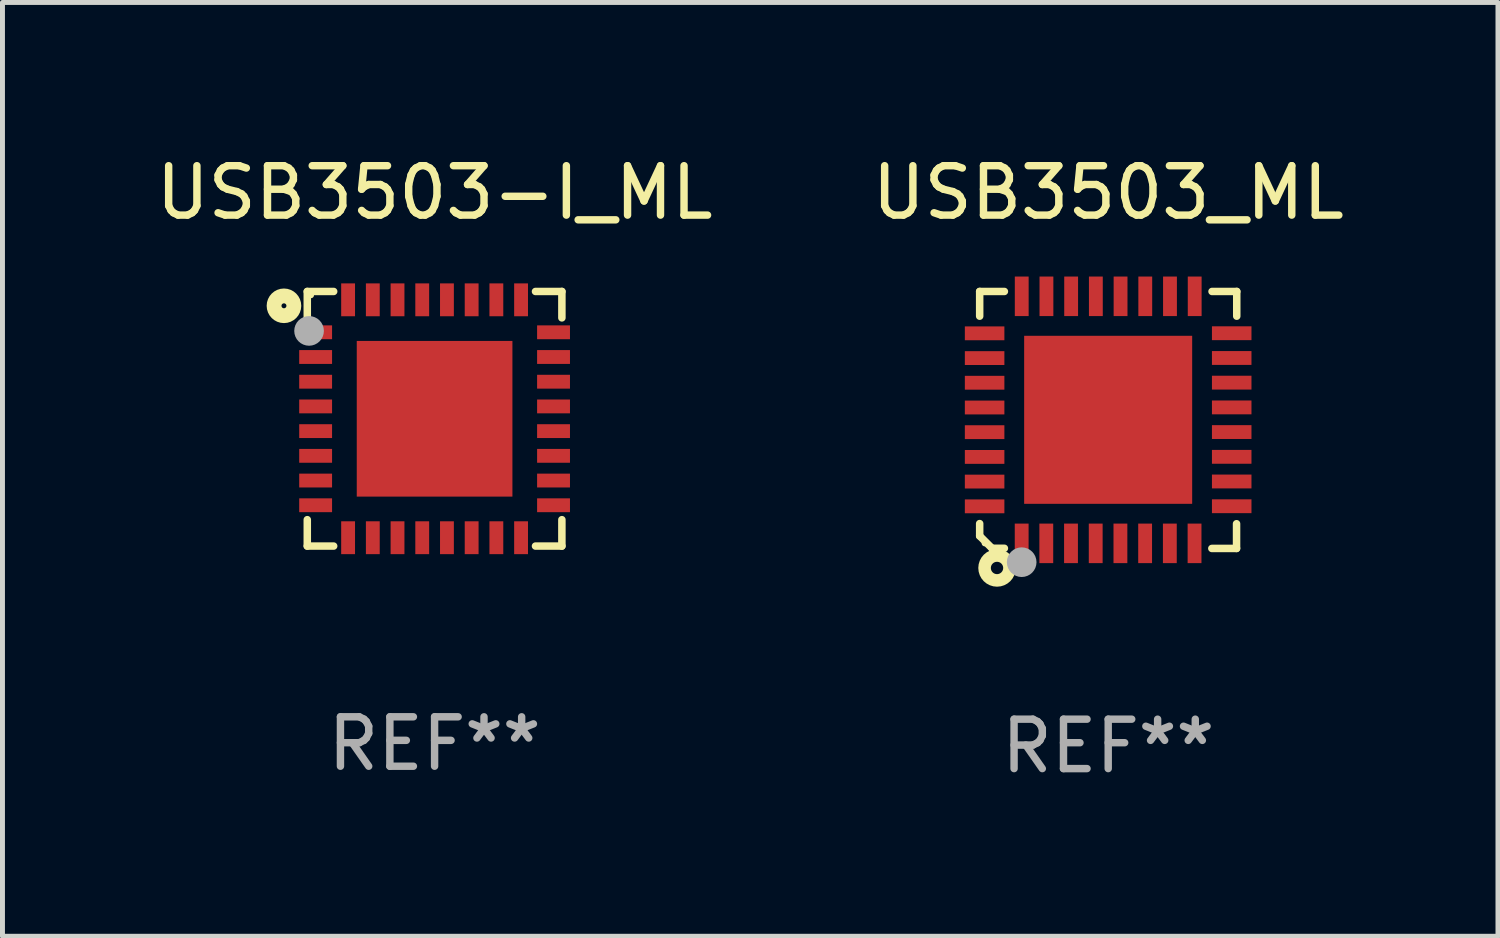
<source format=kicad_pcb>
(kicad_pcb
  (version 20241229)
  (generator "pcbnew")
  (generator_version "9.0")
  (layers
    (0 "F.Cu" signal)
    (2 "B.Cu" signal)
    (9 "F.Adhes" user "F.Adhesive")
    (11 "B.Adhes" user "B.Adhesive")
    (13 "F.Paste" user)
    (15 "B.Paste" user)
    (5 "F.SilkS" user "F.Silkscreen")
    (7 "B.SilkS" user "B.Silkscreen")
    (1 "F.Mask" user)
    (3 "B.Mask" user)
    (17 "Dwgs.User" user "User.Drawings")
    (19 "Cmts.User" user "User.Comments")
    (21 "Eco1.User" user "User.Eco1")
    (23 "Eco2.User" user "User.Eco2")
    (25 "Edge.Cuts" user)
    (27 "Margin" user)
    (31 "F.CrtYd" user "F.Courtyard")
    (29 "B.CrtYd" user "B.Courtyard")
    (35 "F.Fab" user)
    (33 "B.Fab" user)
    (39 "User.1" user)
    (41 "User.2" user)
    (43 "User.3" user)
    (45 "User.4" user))
  (footprint "USB3503-I_ML"
    (layer "F.Cu")
    (at 5.744 5.424)
    (property "Reference" "USB3503-I_ML" (at 0 -4.576 0) (layer "F.SilkS") (effects (font (size 1 1) (thickness 0.15))))
    (attr through_hole)
    (fp_line (start -2.576 -2.576) (end -2.042 -2.576) (stroke (width 0.152) (type solid)) (layer "F.SilkS"))
    (fp_line (start -2.576 -2.042) (end -2.576 -2.576) (stroke (width 0.152) (type solid)) (layer "F.SilkS"))
    (fp_line (start -2.576 2.042) (end -2.576 2.576) (stroke (width 0.152) (type solid)) (layer "F.SilkS"))
    (fp_line (start -2.576 2.576) (end -2.042 2.576) (stroke (width 0.152) (type solid)) (layer "F.SilkS"))
    (fp_line (start 2.576 -2.576) (end 2.042 -2.576) (stroke (width 0.152) (type solid)) (layer "F.SilkS"))
    (fp_line (start 2.576 -2.042) (end 2.576 -2.576) (stroke (width 0.152) (type solid)) (layer "F.SilkS"))
    (fp_line (start 2.576 2.042) (end 2.576 2.576) (stroke (width 0.152) (type solid)) (layer "F.SilkS"))
    (fp_line (start 2.576 2.576) (end 2.042 2.576) (stroke (width 0.152) (type solid)) (layer "F.SilkS"))
    (fp_circle (center -3.048 -2.286) (end -2.848 -2.286) (stroke (width 0.3) (type solid)) (fill no) (layer "F.SilkS"))
    (fp_circle (center -2.5 -2.5) (end -2.47 -2.5) (stroke (width 0.06) (type solid)) (fill no) (layer "F.SilkS"))
    (fp_circle (center -2.54 -1.778) (end -2.39 -1.778) (stroke (width 0.3) (type solid)) (fill no) (layer "F.Fab"))
    (fp_text user "REF**" (at 0 6.576 0) (layer "F.Fab") (effects (font (size 1 1) (thickness 0.15))))
    (pad "1" smd rect (at -2.407 -1.75) (size 0.665 0.28) (layers "F.Cu" "F.Mask" "F.Paste"))
    (pad "2" smd rect (at -2.407 -1.25) (size 0.665 0.28) (layers "F.Cu" "F.Mask" "F.Paste"))
    (pad "3" smd rect (at -2.407 -0.75) (size 0.665 0.28) (layers "F.Cu" "F.Mask" "F.Paste"))
    (pad "4" smd rect (at -2.407 -0.25) (size 0.665 0.28) (layers "F.Cu" "F.Mask" "F.Paste"))
    (pad "5" smd rect (at -2.407 0.25) (size 0.665 0.28) (layers "F.Cu" "F.Mask" "F.Paste"))
    (pad "6" smd rect (at -2.407 0.75) (size 0.665 0.28) (layers "F.Cu" "F.Mask" "F.Paste"))
    (pad "7" smd rect (at -2.407 1.25) (size 0.665 0.28) (layers "F.Cu" "F.Mask" "F.Paste"))
    (pad "8" smd rect (at -2.407 1.75) (size 0.665 0.28) (layers "F.Cu" "F.Mask" "F.Paste"))
    (pad "9" smd rect (at -1.75 2.407) (size 0.28 0.665) (layers "F.Cu" "F.Mask" "F.Paste"))
    (pad "10" smd rect (at -1.25 2.407) (size 0.28 0.665) (layers "F.Cu" "F.Mask" "F.Paste"))
    (pad "11" smd rect (at -0.75 2.407) (size 0.28 0.665) (layers "F.Cu" "F.Mask" "F.Paste"))
    (pad "12" smd rect (at -0.25 2.407) (size 0.28 0.665) (layers "F.Cu" "F.Mask" "F.Paste"))
    (pad "13" smd rect (at 0.25 2.407) (size 0.28 0.665) (layers "F.Cu" "F.Mask" "F.Paste"))
    (pad "14" smd rect (at 0.75 2.407) (size 0.28 0.665) (layers "F.Cu" "F.Mask" "F.Paste"))
    (pad "15" smd rect (at 1.25 2.407) (size 0.28 0.665) (layers "F.Cu" "F.Mask" "F.Paste"))
    (pad "16" smd rect (at 1.75 2.407) (size 0.28 0.665) (layers "F.Cu" "F.Mask" "F.Paste"))
    (pad "17" smd rect (at 2.407 1.75) (size 0.665 0.28) (layers "F.Cu" "F.Mask" "F.Paste"))
    (pad "18" smd rect (at 2.407 1.25) (size 0.665 0.28) (layers "F.Cu" "F.Mask" "F.Paste"))
    (pad "19" smd rect (at 2.407 0.75) (size 0.665 0.28) (layers "F.Cu" "F.Mask" "F.Paste"))
    (pad "20" smd rect (at 2.407 0.25) (size 0.665 0.28) (layers "F.Cu" "F.Mask" "F.Paste"))
    (pad "21" smd rect (at 2.407 -0.25) (size 0.665 0.28) (layers "F.Cu" "F.Mask" "F.Paste"))
    (pad "22" smd rect (at 2.407 -0.75) (size 0.665 0.28) (layers "F.Cu" "F.Mask" "F.Paste"))
    (pad "23" smd rect (at 2.407 -1.25) (size 0.665 0.28) (layers "F.Cu" "F.Mask" "F.Paste"))
    (pad "24" smd rect (at 2.407 -1.75) (size 0.665 0.28) (layers "F.Cu" "F.Mask" "F.Paste"))
    (pad "25" smd rect (at 1.75 -2.407) (size 0.28 0.665) (layers "F.Cu" "F.Mask" "F.Paste"))
    (pad "26" smd rect (at 1.25 -2.407) (size 0.28 0.665) (layers "F.Cu" "F.Mask" "F.Paste"))
    (pad "27" smd rect (at 0.75 -2.407) (size 0.28 0.665) (layers "F.Cu" "F.Mask" "F.Paste"))
    (pad "28" smd rect (at 0.25 -2.407) (size 0.28 0.665) (layers "F.Cu" "F.Mask" "F.Paste"))
    (pad "29" smd rect (at -0.25 -2.407) (size 0.28 0.665) (layers "F.Cu" "F.Mask" "F.Paste"))
    (pad "30" smd rect (at -0.75 -2.407) (size 0.28 0.665) (layers "F.Cu" "F.Mask" "F.Paste"))
    (pad "31" smd rect (at -1.25 -2.407) (size 0.28 0.665) (layers "F.Cu" "F.Mask" "F.Paste"))
    (pad "32" smd rect (at -1.75 -2.407) (size 0.28 0.665) (layers "F.Cu" "F.Mask" "F.Paste"))
    (pad "33" smd rect (at 0 0) (size 3.15 3.15) (layers "F.Cu" "F.Mask" "F.Paste")))
  (footprint "USB3503_ML"
    (layer "F.Cu")
    (at 19.375 5.448)
    (property "Reference" "USB3503_ML" (at 0 -4.6 0) (layer "F.SilkS") (effects (font (size 1 1) (thickness 0.15))))
    (attr through_hole)
    (fp_line (start -2.601 2.097) (end -2.601 2.347) (stroke (width 0.152) (type solid)) (layer "F.SilkS"))
    (fp_line (start -2.601 2.347) (end -2.351 2.597) (stroke (width 0.152) (type solid)) (layer "F.SilkS"))
    (fp_line (start -2.601 -2.6) (end -2.601 -2.1) (stroke (width 0.152) (type solid)) (layer "F.SilkS"))
    (fp_line (start -2.601 -2.6) (end -2.101 -2.6) (stroke (width 0.152) (type solid)) (layer "F.SilkS"))
    (fp_line (start -2.351 2.597) (end -2.101 2.597) (stroke (width 0.152) (type solid)) (layer "F.SilkS"))
    (fp_line (start 2.597 2.6) (end 2.097 2.6) (stroke (width 0.152) (type solid)) (layer "F.SilkS"))
    (fp_line (start 2.597 2.6) (end 2.597 2.1) (stroke (width 0.152) (type solid)) (layer "F.SilkS"))
    (fp_line (start 2.601 -2.6) (end 2.101 -2.6) (stroke (width 0.152) (type solid)) (layer "F.SilkS"))
    (fp_line (start 2.601 -2.6) (end 2.601 -2.1) (stroke (width 0.152) (type solid)) (layer "F.SilkS"))
    (fp_circle (center -2.501 2.497) (end -2.471 2.497) (stroke (width 0.06) (type solid)) (fill no) (layer "F.SilkS"))
    (fp_circle (center -2.25 2.995) (end -2.125 2.995) (stroke (width 0.254) (type solid)) (fill no) (layer "F.SilkS"))
    (fp_circle (center -1.751 2.878) (end -1.601 2.878) (stroke (width 0.3) (type solid)) (fill no) (layer "F.Fab"))
    (fp_text user "REF**" (at 0 6.6 0) (layer "F.Fab") (effects (font (size 1 1) (thickness 0.15))))
    (pad "1" smd rect (at -1.751 2.497) (size 0.28 0.8) (layers "F.Cu" "F.Mask" "F.Paste"))
    (pad "2" smd rect (at -1.253 2.497) (size 0.28 0.8) (layers "F.Cu" "F.Mask" "F.Paste"))
    (pad "3" smd rect (at -0.753 2.497) (size 0.28 0.8) (layers "F.Cu" "F.Mask" "F.Paste"))
    (pad "4" smd rect (at -0.253 2.497) (size 0.28 0.8) (layers "F.Cu" "F.Mask" "F.Paste"))
    (pad "5" smd rect (at 0.247 2.497) (size 0.28 0.8) (layers "F.Cu" "F.Mask" "F.Paste"))
    (pad "6" smd rect (at 0.747 2.497) (size 0.28 0.8) (layers "F.Cu" "F.Mask" "F.Paste"))
    (pad "7" smd rect (at 1.247 2.497) (size 0.28 0.8) (layers "F.Cu" "F.Mask" "F.Paste"))
    (pad "8" smd rect (at 1.747 2.497) (size 0.28 0.8) (layers "F.Cu" "F.Mask" "F.Paste"))
    (pad "9" smd rect (at 2.499 1.746) (size 0.8 0.28) (layers "F.Cu" "F.Mask" "F.Paste"))
    (pad "10" smd rect (at 2.499 1.245) (size 0.8 0.28) (layers "F.Cu" "F.Mask" "F.Paste"))
    (pad "11" smd rect (at 2.499 0.746) (size 0.8 0.28) (layers "F.Cu" "F.Mask" "F.Paste"))
    (pad "12" smd rect (at 2.499 0.245) (size 0.8 0.28) (layers "F.Cu" "F.Mask" "F.Paste"))
    (pad "13" smd rect (at 2.499 -0.254) (size 0.8 0.28) (layers "F.Cu" "F.Mask" "F.Paste"))
    (pad "14" smd rect (at 2.499 -0.755) (size 0.8 0.28) (layers "F.Cu" "F.Mask" "F.Paste"))
    (pad "15" smd rect (at 2.499 -1.254) (size 0.8 0.28) (layers "F.Cu" "F.Mask" "F.Paste"))
    (pad "16" smd rect (at 2.499 -1.755) (size 0.8 0.28) (layers "F.Cu" "F.Mask" "F.Paste"))
    (pad "17" smd rect (at 1.75 -2.502) (size 0.28 0.8) (layers "F.Cu" "F.Mask" "F.Paste"))
    (pad "18" smd rect (at 1.25 -2.502) (size 0.28 0.8) (layers "F.Cu" "F.Mask" "F.Paste"))
    (pad "19" smd rect (at 0.75 -2.502) (size 0.28 0.8) (layers "F.Cu" "F.Mask" "F.Paste"))
    (pad "20" smd rect (at 0.25 -2.502) (size 0.28 0.8) (layers "F.Cu" "F.Mask" "F.Paste"))
    (pad "21" smd rect (at -0.25 -2.502) (size 0.28 0.8) (layers "F.Cu" "F.Mask" "F.Paste"))
    (pad "22" smd rect (at -0.75 -2.502) (size 0.28 0.8) (layers "F.Cu" "F.Mask" "F.Paste"))
    (pad "23" smd rect (at -1.25 -2.502) (size 0.28 0.8) (layers "F.Cu" "F.Mask" "F.Paste"))
    (pad "24" smd rect (at -1.75 -2.502) (size 0.28 0.8) (layers "F.Cu" "F.Mask" "F.Paste"))
    (pad "25" smd rect (at -2.501 -1.753) (size 0.8 0.28) (layers "F.Cu" "F.Mask" "F.Paste"))
    (pad "26" smd rect (at -2.501 -1.252) (size 0.8 0.28) (layers "F.Cu" "F.Mask" "F.Paste"))
    (pad "27" smd rect (at -2.501 -0.753) (size 0.8 0.28) (layers "F.Cu" "F.Mask" "F.Paste"))
    (pad "28" smd rect (at -2.501 -0.252) (size 0.8 0.28) (layers "F.Cu" "F.Mask" "F.Paste"))
    (pad "29" smd rect (at -2.501 0.247) (size 0.8 0.28) (layers "F.Cu" "F.Mask" "F.Paste"))
    (pad "30" smd rect (at -2.501 0.748) (size 0.8 0.28) (layers "F.Cu" "F.Mask" "F.Paste"))
    (pad "31" smd rect (at -2.501 1.247) (size 0.8 0.28) (layers "F.Cu" "F.Mask" "F.Paste"))
    (pad "32" smd rect (at -2.501 1.748) (size 0.8 0.28) (layers "F.Cu" "F.Mask" "F.Paste"))
    (pad "33" smd rect (at -0.001 -0.003 180) (size 3.4 3.4) (layers "F.Cu" "F.Mask" "F.Paste")))
  (gr_rect
    (start -3 -3)
    (end 27.262 15.896)
    (stroke (width 0.1) (type default))
    (fill no)
    (layer "Edge.Cuts")))
</source>
